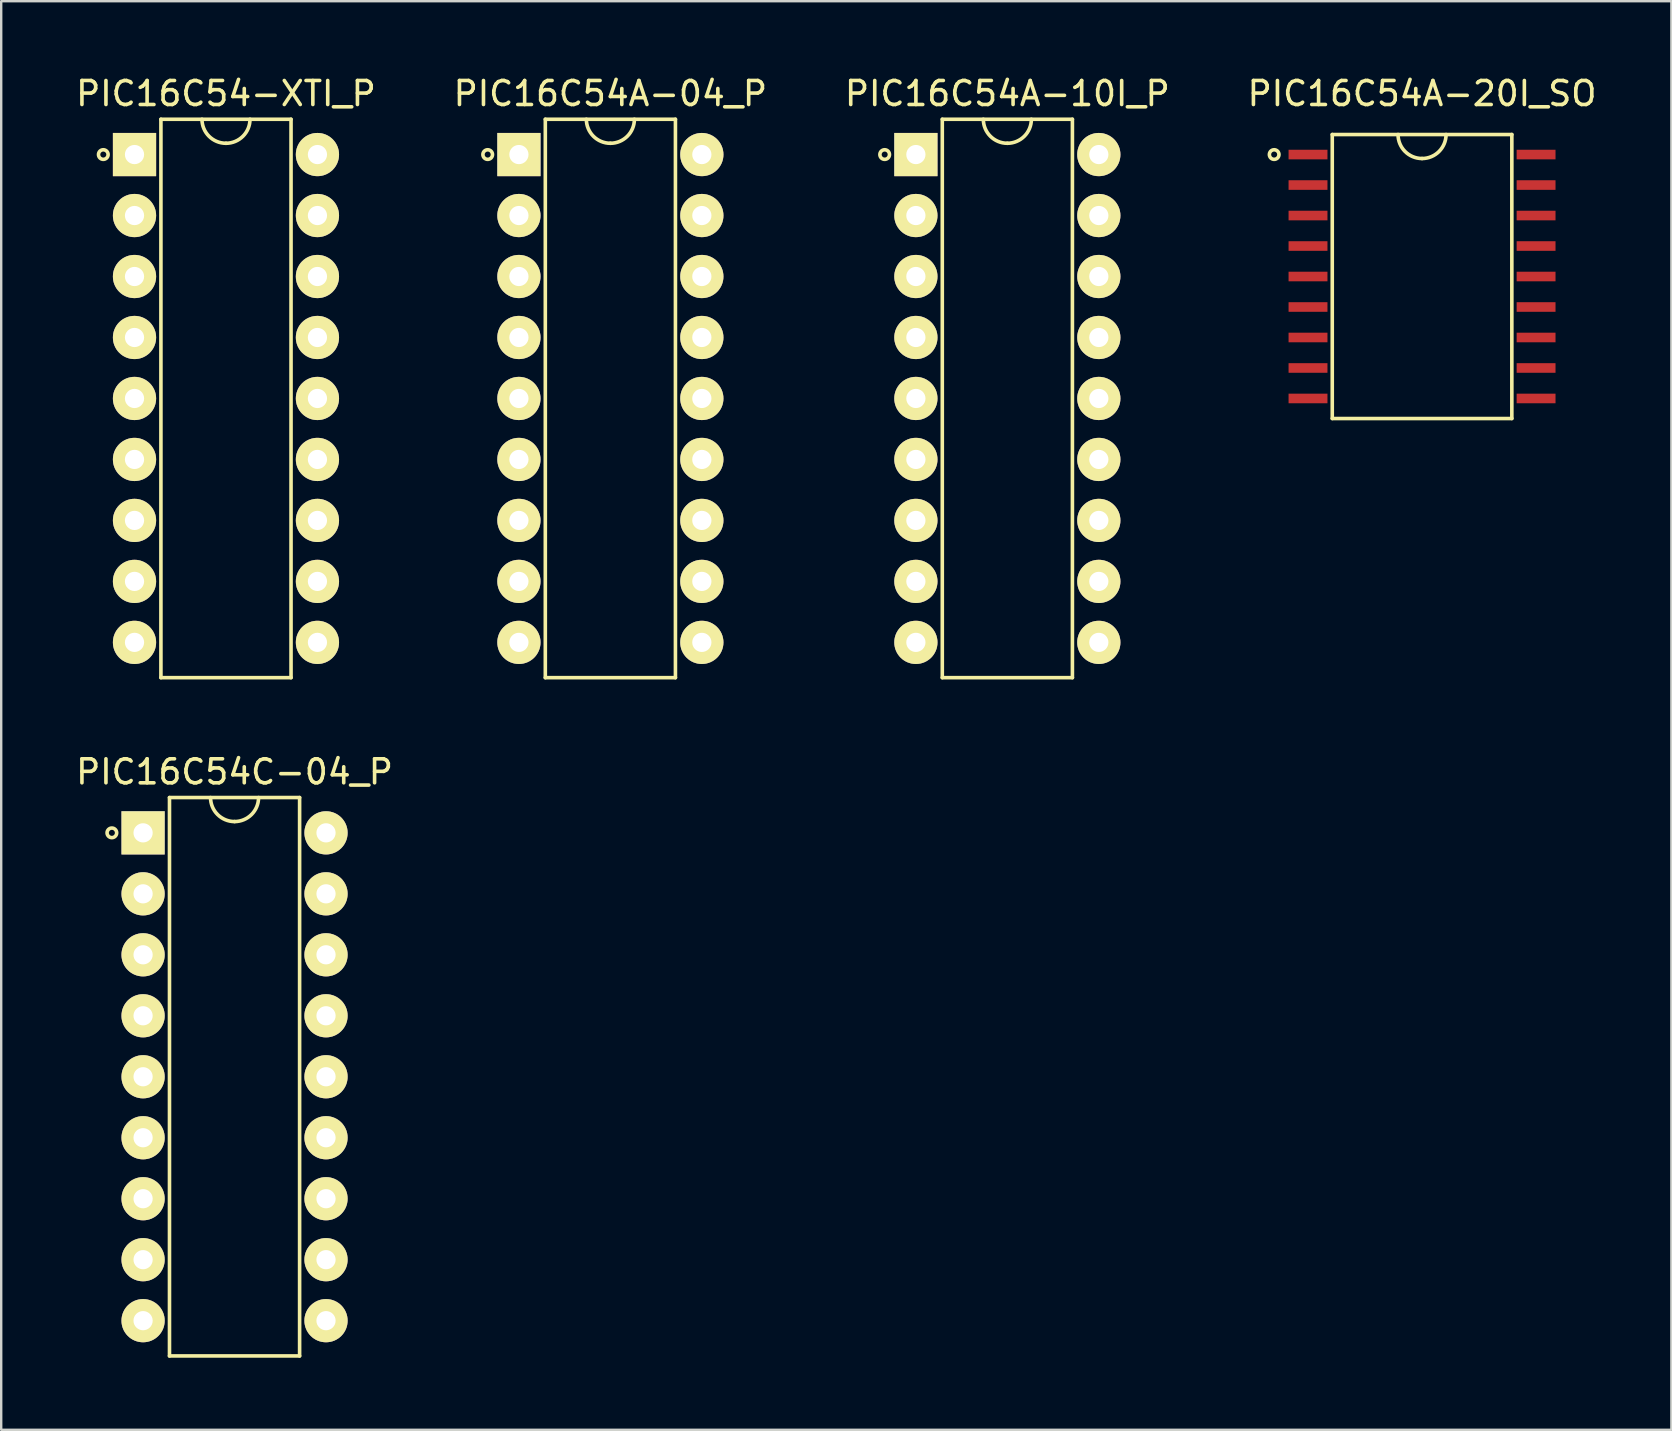
<source format=kicad_pcb>
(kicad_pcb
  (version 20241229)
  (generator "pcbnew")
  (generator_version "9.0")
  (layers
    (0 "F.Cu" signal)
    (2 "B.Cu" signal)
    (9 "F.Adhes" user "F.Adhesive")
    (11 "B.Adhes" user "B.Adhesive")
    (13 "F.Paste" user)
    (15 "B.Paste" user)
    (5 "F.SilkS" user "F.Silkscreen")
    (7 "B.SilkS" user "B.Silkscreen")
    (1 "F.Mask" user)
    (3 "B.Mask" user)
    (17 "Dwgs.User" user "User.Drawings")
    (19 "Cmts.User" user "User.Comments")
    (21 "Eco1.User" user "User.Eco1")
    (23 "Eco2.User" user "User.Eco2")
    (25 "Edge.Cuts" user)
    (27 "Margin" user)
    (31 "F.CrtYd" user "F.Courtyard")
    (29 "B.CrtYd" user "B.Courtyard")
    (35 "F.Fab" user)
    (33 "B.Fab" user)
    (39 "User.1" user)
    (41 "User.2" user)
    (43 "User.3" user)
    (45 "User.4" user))
  (footprint "PIC16C54A-20I_SO"
    (layer "F.Cu")
    (at 51.435 3.388)
    (property "Reference" "PIC16C54A-20I_SO" (at 4.75 -2.54 0) (layer "F.SilkS") (effects (font (size 1 1) (thickness 0.15))))
    (attr through_hole)
    (fp_line (start 1.01 -0.835) (end 8.49 -0.835) (stroke (width 0.15) (type solid)) (layer "F.SilkS"))
    (fp_line (start 1.01 10.995) (end 1.01 -0.835) (stroke (width 0.15) (type solid)) (layer "F.SilkS"))
    (fp_line (start 8.49 -0.835) (end 8.49 10.995) (stroke (width 0.15) (type solid)) (layer "F.SilkS"))
    (fp_line (start 8.49 10.995) (end 1.01 10.995) (stroke (width 0.15) (type solid)) (layer "F.SilkS"))
    (fp_arc (start 4.75 0.165) (mid 4.042893 -0.127893) (end 3.75 -0.835) (stroke (width 0.15) (type solid)) (layer "F.SilkS"))
    (fp_arc (start 5.75 -0.835) (mid 5.457107 -0.127893) (end 4.75 0.165) (stroke (width 0.15) (type solid)) (layer "F.SilkS"))
    (fp_circle (center -1.41 0) (end -1.41 0.2) (stroke (width 0.15) (type solid)) (fill no) (layer "F.SilkS"))
    (pad "1" smd rect (at 0 0) (size 1.62 0.4) (layers "F.Cu" "F.Mask" "F.Paste"))
    (pad "2" smd rect (at 0 1.27) (size 1.62 0.4) (layers "F.Cu" "F.Mask" "F.Paste"))
    (pad "3" smd rect (at 0 2.54) (size 1.62 0.4) (layers "F.Cu" "F.Mask" "F.Paste"))
    (pad "4" smd rect (at 0 3.81) (size 1.62 0.4) (layers "F.Cu" "F.Mask" "F.Paste"))
    (pad "5" smd rect (at 0 5.08) (size 1.62 0.4) (layers "F.Cu" "F.Mask" "F.Paste"))
    (pad "6" smd rect (at 0 6.35) (size 1.62 0.4) (layers "F.Cu" "F.Mask" "F.Paste"))
    (pad "7" smd rect (at 0 7.62) (size 1.62 0.4) (layers "F.Cu" "F.Mask" "F.Paste"))
    (pad "8" smd rect (at 0 8.89) (size 1.62 0.4) (layers "F.Cu" "F.Mask" "F.Paste"))
    (pad "9" smd rect (at 0 10.16) (size 1.62 0.4) (layers "F.Cu" "F.Mask" "F.Paste"))
    (pad "10" smd rect (at 9.5 10.16) (size 1.62 0.4) (layers "F.Cu" "F.Mask" "F.Paste"))
    (pad "11" smd rect (at 9.5 8.89) (size 1.62 0.4) (layers "F.Cu" "F.Mask" "F.Paste"))
    (pad "12" smd rect (at 9.5 7.62) (size 1.62 0.4) (layers "F.Cu" "F.Mask" "F.Paste"))
    (pad "13" smd rect (at 9.5 6.35) (size 1.62 0.4) (layers "F.Cu" "F.Mask" "F.Paste"))
    (pad "14" smd rect (at 9.5 5.08) (size 1.62 0.4) (layers "F.Cu" "F.Mask" "F.Paste"))
    (pad "15" smd rect (at 9.5 3.81) (size 1.62 0.4) (layers "F.Cu" "F.Mask" "F.Paste"))
    (pad "16" smd rect (at 9.5 2.54) (size 1.62 0.4) (layers "F.Cu" "F.Mask" "F.Paste"))
    (pad "17" smd rect (at 9.5 1.27) (size 1.62 0.4) (layers "F.Cu" "F.Mask" "F.Paste"))
    (pad "18" smd rect (at 9.5 0) (size 1.62 0.4) (layers "F.Cu" "F.Mask" "F.Paste")))
  (footprint "PIC16C54C-04_P"
    (layer "F.Cu")
    (at 2.91 31.642)
    (property "Reference" "PIC16C54C-04_P" (at 3.81 -2.54 0) (layer "F.SilkS") (effects (font (size 1 1) (thickness 0.15))))
    (attr through_hole)
    (fp_line (start 1.1 -1.47) (end 6.52 -1.47) (stroke (width 0.15) (type solid)) (layer "F.SilkS"))
    (fp_line (start 1.1 21.79) (end 1.1 -1.47) (stroke (width 0.15) (type solid)) (layer "F.SilkS"))
    (fp_line (start 6.52 -1.47) (end 6.52 21.79) (stroke (width 0.15) (type solid)) (layer "F.SilkS"))
    (fp_line (start 6.52 21.79) (end 1.1 21.79) (stroke (width 0.15) (type solid)) (layer "F.SilkS"))
    (fp_arc (start 3.81 -0.47) (mid 3.102893 -0.762893) (end 2.81 -1.47) (stroke (width 0.15) (type solid)) (layer "F.SilkS"))
    (fp_arc (start 4.81 -1.47) (mid 4.517107 -0.762893) (end 3.81 -0.47) (stroke (width 0.15) (type solid)) (layer "F.SilkS"))
    (fp_circle (center -1.3 0) (end -1.3 0.2) (stroke (width 0.15) (type solid)) (fill no) (layer "F.SilkS"))
    (pad "1" thru_hole rect (at 0 0) (size 1.8 1.8) (drill 0.8) (layers "*.Cu" "*.Mask" "F.SilkS"))
    (pad "2" thru_hole circle (at 0 2.54) (size 1.8 1.8) (drill 0.8) (layers "*.Cu" "*.Mask" "F.SilkS"))
    (pad "3" thru_hole circle (at 0 5.08) (size 1.8 1.8) (drill 0.8) (layers "*.Cu" "*.Mask" "F.SilkS"))
    (pad "4" thru_hole circle (at 0 7.62) (size 1.8 1.8) (drill 0.8) (layers "*.Cu" "*.Mask" "F.SilkS"))
    (pad "5" thru_hole circle (at 0 10.16) (size 1.8 1.8) (drill 0.8) (layers "*.Cu" "*.Mask" "F.SilkS"))
    (pad "6" thru_hole circle (at 0 12.7) (size 1.8 1.8) (drill 0.8) (layers "*.Cu" "*.Mask" "F.SilkS"))
    (pad "7" thru_hole circle (at 0 15.24) (size 1.8 1.8) (drill 0.8) (layers "*.Cu" "*.Mask" "F.SilkS"))
    (pad "8" thru_hole circle (at 0 17.78) (size 1.8 1.8) (drill 0.8) (layers "*.Cu" "*.Mask" "F.SilkS"))
    (pad "9" thru_hole circle (at 0 20.32) (size 1.8 1.8) (drill 0.8) (layers "*.Cu" "*.Mask" "F.SilkS"))
    (pad "10" thru_hole circle (at 7.62 20.32) (size 1.8 1.8) (drill 0.8) (layers "*.Cu" "*.Mask" "F.SilkS"))
    (pad "11" thru_hole circle (at 7.62 17.78) (size 1.8 1.8) (drill 0.8) (layers "*.Cu" "*.Mask" "F.SilkS"))
    (pad "12" thru_hole circle (at 7.62 15.24) (size 1.8 1.8) (drill 0.8) (layers "*.Cu" "*.Mask" "F.SilkS"))
    (pad "13" thru_hole circle (at 7.62 12.7) (size 1.8 1.8) (drill 0.8) (layers "*.Cu" "*.Mask" "F.SilkS"))
    (pad "14" thru_hole circle (at 7.62 10.16) (size 1.8 1.8) (drill 0.8) (layers "*.Cu" "*.Mask" "F.SilkS"))
    (pad "15" thru_hole circle (at 7.62 7.62) (size 1.8 1.8) (drill 0.8) (layers "*.Cu" "*.Mask" "F.SilkS"))
    (pad "16" thru_hole circle (at 7.62 5.08) (size 1.8 1.8) (drill 0.8) (layers "*.Cu" "*.Mask" "F.SilkS"))
    (pad "17" thru_hole circle (at 7.62 2.54) (size 1.8 1.8) (drill 0.8) (layers "*.Cu" "*.Mask" "F.SilkS"))
    (pad "18" thru_hole circle (at 7.62 0) (size 1.8 1.8) (drill 0.8) (layers "*.Cu" "*.Mask" "F.SilkS")))
  (footprint "PIC16C54-XTI_P"
    (layer "F.Cu")
    (at 2.553 3.388)
    (property "Reference" "PIC16C54-XTI_P" (at 3.81 -2.54 0) (layer "F.SilkS") (effects (font (size 1 1) (thickness 0.15))))
    (attr through_hole)
    (fp_line (start 1.1 -1.47) (end 6.52 -1.47) (stroke (width 0.15) (type solid)) (layer "F.SilkS"))
    (fp_line (start 1.1 21.79) (end 1.1 -1.47) (stroke (width 0.15) (type solid)) (layer "F.SilkS"))
    (fp_line (start 6.52 -1.47) (end 6.52 21.79) (stroke (width 0.15) (type solid)) (layer "F.SilkS"))
    (fp_line (start 6.52 21.79) (end 1.1 21.79) (stroke (width 0.15) (type solid)) (layer "F.SilkS"))
    (fp_arc (start 3.81 -0.47) (mid 3.102893 -0.762893) (end 2.81 -1.47) (stroke (width 0.15) (type solid)) (layer "F.SilkS"))
    (fp_arc (start 4.81 -1.47) (mid 4.517107 -0.762893) (end 3.81 -0.47) (stroke (width 0.15) (type solid)) (layer "F.SilkS"))
    (fp_circle (center -1.3 0) (end -1.3 0.2) (stroke (width 0.15) (type solid)) (fill no) (layer "F.SilkS"))
    (pad "1" thru_hole rect (at 0 0) (size 1.8 1.8) (drill 0.8) (layers "*.Cu" "*.Mask" "F.SilkS"))
    (pad "2" thru_hole circle (at 0 2.54) (size 1.8 1.8) (drill 0.8) (layers "*.Cu" "*.Mask" "F.SilkS"))
    (pad "3" thru_hole circle (at 0 5.08) (size 1.8 1.8) (drill 0.8) (layers "*.Cu" "*.Mask" "F.SilkS"))
    (pad "4" thru_hole circle (at 0 7.62) (size 1.8 1.8) (drill 0.8) (layers "*.Cu" "*.Mask" "F.SilkS"))
    (pad "5" thru_hole circle (at 0 10.16) (size 1.8 1.8) (drill 0.8) (layers "*.Cu" "*.Mask" "F.SilkS"))
    (pad "6" thru_hole circle (at 0 12.7) (size 1.8 1.8) (drill 0.8) (layers "*.Cu" "*.Mask" "F.SilkS"))
    (pad "7" thru_hole circle (at 0 15.24) (size 1.8 1.8) (drill 0.8) (layers "*.Cu" "*.Mask" "F.SilkS"))
    (pad "8" thru_hole circle (at 0 17.78) (size 1.8 1.8) (drill 0.8) (layers "*.Cu" "*.Mask" "F.SilkS"))
    (pad "9" thru_hole circle (at 0 20.32) (size 1.8 1.8) (drill 0.8) (layers "*.Cu" "*.Mask" "F.SilkS"))
    (pad "10" thru_hole circle (at 7.62 20.32) (size 1.8 1.8) (drill 0.8) (layers "*.Cu" "*.Mask" "F.SilkS"))
    (pad "11" thru_hole circle (at 7.62 17.78) (size 1.8 1.8) (drill 0.8) (layers "*.Cu" "*.Mask" "F.SilkS"))
    (pad "12" thru_hole circle (at 7.62 15.24) (size 1.8 1.8) (drill 0.8) (layers "*.Cu" "*.Mask" "F.SilkS"))
    (pad "13" thru_hole circle (at 7.62 12.7) (size 1.8 1.8) (drill 0.8) (layers "*.Cu" "*.Mask" "F.SilkS"))
    (pad "14" thru_hole circle (at 7.62 10.16) (size 1.8 1.8) (drill 0.8) (layers "*.Cu" "*.Mask" "F.SilkS"))
    (pad "15" thru_hole circle (at 7.62 7.62) (size 1.8 1.8) (drill 0.8) (layers "*.Cu" "*.Mask" "F.SilkS"))
    (pad "16" thru_hole circle (at 7.62 5.08) (size 1.8 1.8) (drill 0.8) (layers "*.Cu" "*.Mask" "F.SilkS"))
    (pad "17" thru_hole circle (at 7.62 2.54) (size 1.8 1.8) (drill 0.8) (layers "*.Cu" "*.Mask" "F.SilkS"))
    (pad "18" thru_hole circle (at 7.62 0) (size 1.8 1.8) (drill 0.8) (layers "*.Cu" "*.Mask" "F.SilkS")))
  (footprint "PIC16C54A-04_P"
    (layer "F.Cu")
    (at 18.565 3.388)
    (property "Reference" "PIC16C54A-04_P" (at 3.81 -2.54 0) (layer "F.SilkS") (effects (font (size 1 1) (thickness 0.15))))
    (attr through_hole)
    (fp_line (start 1.1 -1.47) (end 6.52 -1.47) (stroke (width 0.15) (type solid)) (layer "F.SilkS"))
    (fp_line (start 1.1 21.79) (end 1.1 -1.47) (stroke (width 0.15) (type solid)) (layer "F.SilkS"))
    (fp_line (start 6.52 -1.47) (end 6.52 21.79) (stroke (width 0.15) (type solid)) (layer "F.SilkS"))
    (fp_line (start 6.52 21.79) (end 1.1 21.79) (stroke (width 0.15) (type solid)) (layer "F.SilkS"))
    (fp_arc (start 3.81 -0.47) (mid 3.102893 -0.762893) (end 2.81 -1.47) (stroke (width 0.15) (type solid)) (layer "F.SilkS"))
    (fp_arc (start 4.81 -1.47) (mid 4.517107 -0.762893) (end 3.81 -0.47) (stroke (width 0.15) (type solid)) (layer "F.SilkS"))
    (fp_circle (center -1.3 0) (end -1.3 0.2) (stroke (width 0.15) (type solid)) (fill no) (layer "F.SilkS"))
    (pad "1" thru_hole rect (at 0 0) (size 1.8 1.8) (drill 0.8) (layers "*.Cu" "*.Mask" "F.SilkS"))
    (pad "2" thru_hole circle (at 0 2.54) (size 1.8 1.8) (drill 0.8) (layers "*.Cu" "*.Mask" "F.SilkS"))
    (pad "3" thru_hole circle (at 0 5.08) (size 1.8 1.8) (drill 0.8) (layers "*.Cu" "*.Mask" "F.SilkS"))
    (pad "4" thru_hole circle (at 0 7.62) (size 1.8 1.8) (drill 0.8) (layers "*.Cu" "*.Mask" "F.SilkS"))
    (pad "5" thru_hole circle (at 0 10.16) (size 1.8 1.8) (drill 0.8) (layers "*.Cu" "*.Mask" "F.SilkS"))
    (pad "6" thru_hole circle (at 0 12.7) (size 1.8 1.8) (drill 0.8) (layers "*.Cu" "*.Mask" "F.SilkS"))
    (pad "7" thru_hole circle (at 0 15.24) (size 1.8 1.8) (drill 0.8) (layers "*.Cu" "*.Mask" "F.SilkS"))
    (pad "8" thru_hole circle (at 0 17.78) (size 1.8 1.8) (drill 0.8) (layers "*.Cu" "*.Mask" "F.SilkS"))
    (pad "9" thru_hole circle (at 0 20.32) (size 1.8 1.8) (drill 0.8) (layers "*.Cu" "*.Mask" "F.SilkS"))
    (pad "10" thru_hole circle (at 7.62 20.32) (size 1.8 1.8) (drill 0.8) (layers "*.Cu" "*.Mask" "F.SilkS"))
    (pad "11" thru_hole circle (at 7.62 17.78) (size 1.8 1.8) (drill 0.8) (layers "*.Cu" "*.Mask" "F.SilkS"))
    (pad "12" thru_hole circle (at 7.62 15.24) (size 1.8 1.8) (drill 0.8) (layers "*.Cu" "*.Mask" "F.SilkS"))
    (pad "13" thru_hole circle (at 7.62 12.7) (size 1.8 1.8) (drill 0.8) (layers "*.Cu" "*.Mask" "F.SilkS"))
    (pad "14" thru_hole circle (at 7.62 10.16) (size 1.8 1.8) (drill 0.8) (layers "*.Cu" "*.Mask" "F.SilkS"))
    (pad "15" thru_hole circle (at 7.62 7.62) (size 1.8 1.8) (drill 0.8) (layers "*.Cu" "*.Mask" "F.SilkS"))
    (pad "16" thru_hole circle (at 7.62 5.08) (size 1.8 1.8) (drill 0.8) (layers "*.Cu" "*.Mask" "F.SilkS"))
    (pad "17" thru_hole circle (at 7.62 2.54) (size 1.8 1.8) (drill 0.8) (layers "*.Cu" "*.Mask" "F.SilkS"))
    (pad "18" thru_hole circle (at 7.62 0) (size 1.8 1.8) (drill 0.8) (layers "*.Cu" "*.Mask" "F.SilkS")))
  (footprint "PIC16C54A-10I_P"
    (layer "F.Cu")
    (at 35.101 3.388)
    (property "Reference" "PIC16C54A-10I_P" (at 3.81 -2.54 0) (layer "F.SilkS") (effects (font (size 1 1) (thickness 0.15))))
    (attr through_hole)
    (fp_line (start 1.1 -1.47) (end 6.52 -1.47) (stroke (width 0.15) (type solid)) (layer "F.SilkS"))
    (fp_line (start 1.1 21.79) (end 1.1 -1.47) (stroke (width 0.15) (type solid)) (layer "F.SilkS"))
    (fp_line (start 6.52 -1.47) (end 6.52 21.79) (stroke (width 0.15) (type solid)) (layer "F.SilkS"))
    (fp_line (start 6.52 21.79) (end 1.1 21.79) (stroke (width 0.15) (type solid)) (layer "F.SilkS"))
    (fp_arc (start 3.81 -0.47) (mid 3.102893 -0.762893) (end 2.81 -1.47) (stroke (width 0.15) (type solid)) (layer "F.SilkS"))
    (fp_arc (start 4.81 -1.47) (mid 4.517107 -0.762893) (end 3.81 -0.47) (stroke (width 0.15) (type solid)) (layer "F.SilkS"))
    (fp_circle (center -1.3 0) (end -1.3 0.2) (stroke (width 0.15) (type solid)) (fill no) (layer "F.SilkS"))
    (pad "1" thru_hole rect (at 0 0) (size 1.8 1.8) (drill 0.8) (layers "*.Cu" "*.Mask" "F.SilkS"))
    (pad "2" thru_hole circle (at 0 2.54) (size 1.8 1.8) (drill 0.8) (layers "*.Cu" "*.Mask" "F.SilkS"))
    (pad "3" thru_hole circle (at 0 5.08) (size 1.8 1.8) (drill 0.8) (layers "*.Cu" "*.Mask" "F.SilkS"))
    (pad "4" thru_hole circle (at 0 7.62) (size 1.8 1.8) (drill 0.8) (layers "*.Cu" "*.Mask" "F.SilkS"))
    (pad "5" thru_hole circle (at 0 10.16) (size 1.8 1.8) (drill 0.8) (layers "*.Cu" "*.Mask" "F.SilkS"))
    (pad "6" thru_hole circle (at 0 12.7) (size 1.8 1.8) (drill 0.8) (layers "*.Cu" "*.Mask" "F.SilkS"))
    (pad "7" thru_hole circle (at 0 15.24) (size 1.8 1.8) (drill 0.8) (layers "*.Cu" "*.Mask" "F.SilkS"))
    (pad "8" thru_hole circle (at 0 17.78) (size 1.8 1.8) (drill 0.8) (layers "*.Cu" "*.Mask" "F.SilkS"))
    (pad "9" thru_hole circle (at 0 20.32) (size 1.8 1.8) (drill 0.8) (layers "*.Cu" "*.Mask" "F.SilkS"))
    (pad "10" thru_hole circle (at 7.62 20.32) (size 1.8 1.8) (drill 0.8) (layers "*.Cu" "*.Mask" "F.SilkS"))
    (pad "11" thru_hole circle (at 7.62 17.78) (size 1.8 1.8) (drill 0.8) (layers "*.Cu" "*.Mask" "F.SilkS"))
    (pad "12" thru_hole circle (at 7.62 15.24) (size 1.8 1.8) (drill 0.8) (layers "*.Cu" "*.Mask" "F.SilkS"))
    (pad "13" thru_hole circle (at 7.62 12.7) (size 1.8 1.8) (drill 0.8) (layers "*.Cu" "*.Mask" "F.SilkS"))
    (pad "14" thru_hole circle (at 7.62 10.16) (size 1.8 1.8) (drill 0.8) (layers "*.Cu" "*.Mask" "F.SilkS"))
    (pad "15" thru_hole circle (at 7.62 7.62) (size 1.8 1.8) (drill 0.8) (layers "*.Cu" "*.Mask" "F.SilkS"))
    (pad "16" thru_hole circle (at 7.62 5.08) (size 1.8 1.8) (drill 0.8) (layers "*.Cu" "*.Mask" "F.SilkS"))
    (pad "17" thru_hole circle (at 7.62 2.54) (size 1.8 1.8) (drill 0.8) (layers "*.Cu" "*.Mask" "F.SilkS"))
    (pad "18" thru_hole circle (at 7.62 0) (size 1.8 1.8) (drill 0.8) (layers "*.Cu" "*.Mask" "F.SilkS")))
  (gr_rect
    (start -3 -3)
    (end 66.571 56.507)
    (stroke (width 0.1) (type default))
    (fill no)
    (layer "Edge.Cuts")))
</source>
